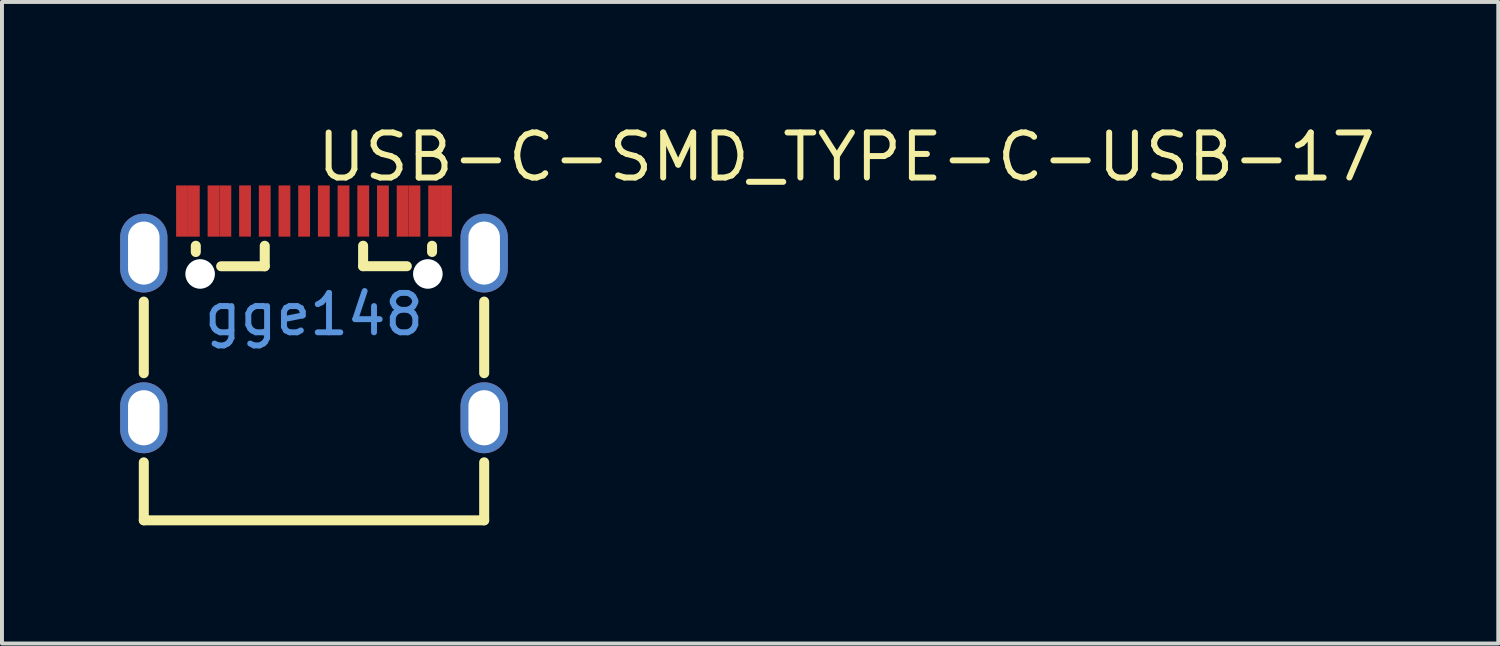
<source format=kicad_pcb>
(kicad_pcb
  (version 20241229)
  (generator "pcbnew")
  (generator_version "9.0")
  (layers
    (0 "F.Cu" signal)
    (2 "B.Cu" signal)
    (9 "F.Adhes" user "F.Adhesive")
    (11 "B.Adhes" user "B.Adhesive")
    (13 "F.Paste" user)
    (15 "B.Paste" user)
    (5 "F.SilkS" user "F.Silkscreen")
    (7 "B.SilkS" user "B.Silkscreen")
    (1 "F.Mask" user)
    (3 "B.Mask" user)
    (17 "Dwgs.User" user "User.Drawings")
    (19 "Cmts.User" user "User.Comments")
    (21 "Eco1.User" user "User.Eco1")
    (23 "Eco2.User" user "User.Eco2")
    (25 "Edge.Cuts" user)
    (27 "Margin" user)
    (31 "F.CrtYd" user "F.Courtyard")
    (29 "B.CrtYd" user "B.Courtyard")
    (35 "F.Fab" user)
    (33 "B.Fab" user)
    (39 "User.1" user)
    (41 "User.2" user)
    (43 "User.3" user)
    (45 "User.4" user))
  (footprint "USB-C-SMD_TYPE-C-USB-17"
    (layer "F.Cu")
    (at 4.92 4.93)
    (property "Reference" "USB-C-SMD_TYPE-C-USB-17" (at 0 -3.995 0) (layer "F.SilkS") (effects (font (size 1.143 1.143) (thickness 0.152)) (justify left)))
    (attr smd)
    (fp_line (start -4.32 1.493) (end -4.32 -0.325) (stroke (width 0.254) (type solid)) (layer "F.SilkS"))
    (fp_line (start -4.32 5.227) (end -4.32 3.755) (stroke (width 0.254) (type solid)) (layer "F.SilkS"))
    (fp_line (start -3 -1.583) (end -3 -1.742) (stroke (width 0.254) (type solid)) (layer "F.SilkS"))
    (fp_line (start -2.357 -1.221) (end -1.25 -1.221) (stroke (width 0.254) (type solid)) (layer "F.SilkS"))
    (fp_line (start -1.25 -1.221) (end -1.25 -1.742) (stroke (width 0.254) (type solid)) (layer "F.SilkS"))
    (fp_line (start 1.247 -1.223) (end 1.247 -1.743) (stroke (width 0.254) (type solid)) (layer "F.SilkS"))
    (fp_line (start 1.247 -1.223) (end 2.357 -1.223) (stroke (width 0.254) (type solid)) (layer "F.SilkS"))
    (fp_line (start 2.997 -1.584) (end 2.997 -1.742) (stroke (width 0.254) (type solid)) (layer "F.SilkS"))
    (fp_line (start 4.32 1.493) (end 4.32 -0.325) (stroke (width 0.254) (type solid)) (layer "F.SilkS"))
    (fp_line (start 4.32 5.227) (end -4.32 5.227) (stroke (width 0.254) (type solid)) (layer "F.SilkS"))
    (fp_line (start 4.32 5.227) (end 4.32 3.755) (stroke (width 0.254) (type solid)) (layer "F.SilkS"))
    (fp_text user "gge148" (at 0 0 0) (layer "Cmts.User") (effects (font (size 1 1) (thickness 0.15))))
    (pad "" np_thru_hole circle (at -2.89 -1.026) (size 0.75 0.75) (drill 0.75) (layers "*.Cu" "*.Mask"))
    (pad "" np_thru_hole circle (at 2.89 -1.026) (size 0.75 0.75) (drill 0.75) (layers "*.Cu" "*.Mask"))
    (pad "0" thru_hole oval (at -4.32 -1.556) (size 1.2 2) (drill oval 0.8 1.6) (layers "*.Cu" "*.Paste" "*.Mask"))
    (pad "0" thru_hole oval (at -4.32 2.624) (size 1.2 1.8) (drill oval 0.8 1.4) (layers "*.Cu" "*.Paste" "*.Mask"))
    (pad "0" thru_hole oval (at 4.32 -1.556) (size 1.2 2) (drill oval 0.8 1.6) (layers "*.Cu" "*.Paste" "*.Mask"))
    (pad "0" thru_hole oval (at 4.32 2.624) (size 1.2 1.8) (drill oval 0.8 1.4) (layers "*.Cu" "*.Paste" "*.Mask"))
    (pad "A1" smd rect (at -3.35 -2.623) (size 0.3 1.3) (layers "F.Cu" "F.Mask" "F.Paste"))
    (pad "A4" smd rect (at -2.55 -2.623) (size 0.3 1.3) (layers "F.Cu" "F.Mask" "F.Paste"))
    (pad "A5" smd rect (at -1.25 -2.623) (size 0.3 1.3) (layers "F.Cu" "F.Mask" "F.Paste"))
    (pad "A6" smd rect (at -0.25 -2.623) (size 0.3 1.3) (layers "F.Cu" "F.Mask" "F.Paste"))
    (pad "A7" smd rect (at 0.25 -2.623) (size 0.3 1.3) (layers "F.Cu" "F.Mask" "F.Paste"))
    (pad "A8" smd rect (at -1.75 -2.624) (size 0.3 1.3) (layers "F.Cu" "F.Mask" "F.Paste"))
    (pad "A9" smd rect (at 2.55 -2.623) (size 0.3 1.3) (layers "F.Cu" "F.Mask" "F.Paste"))
    (pad "A12" smd rect (at 3.35 -2.623) (size 0.3 1.3) (layers "F.Cu" "F.Mask" "F.Paste"))
    (pad "B1" smd rect (at 3.05 -2.623) (size 0.3 1.3) (layers "F.Cu" "F.Mask" "F.Paste"))
    (pad "B4" smd rect (at 2.25 -2.623) (size 0.3 1.3) (layers "F.Cu" "F.Mask" "F.Paste"))
    (pad "B5" smd rect (at 1.75 -2.623) (size 0.3 1.3) (layers "F.Cu" "F.Mask" "F.Paste"))
    (pad "B6" smd rect (at 0.75 -2.623) (size 0.3 1.3) (layers "F.Cu" "F.Mask" "F.Paste"))
    (pad "B7" smd rect (at -0.75 -2.623) (size 0.3 1.3) (layers "F.Cu" "F.Mask" "F.Paste"))
    (pad "B8" smd rect (at 1.25 -2.624) (size 0.3 1.3) (layers "F.Cu" "F.Mask" "F.Paste"))
    (pad "B9" smd rect (at -2.25 -2.623) (size 0.3 1.3) (layers "F.Cu" "F.Mask" "F.Paste"))
    (pad "B12" smd rect (at -3.05 -2.623) (size 0.3 1.3) (layers "F.Cu" "F.Mask" "F.Paste")))
  (gr_rect
    (start -3 -3)
    (end 34.981 13.284)
    (stroke (width 0.1) (type default))
    (fill no)
    (layer "Edge.Cuts")))
</source>
